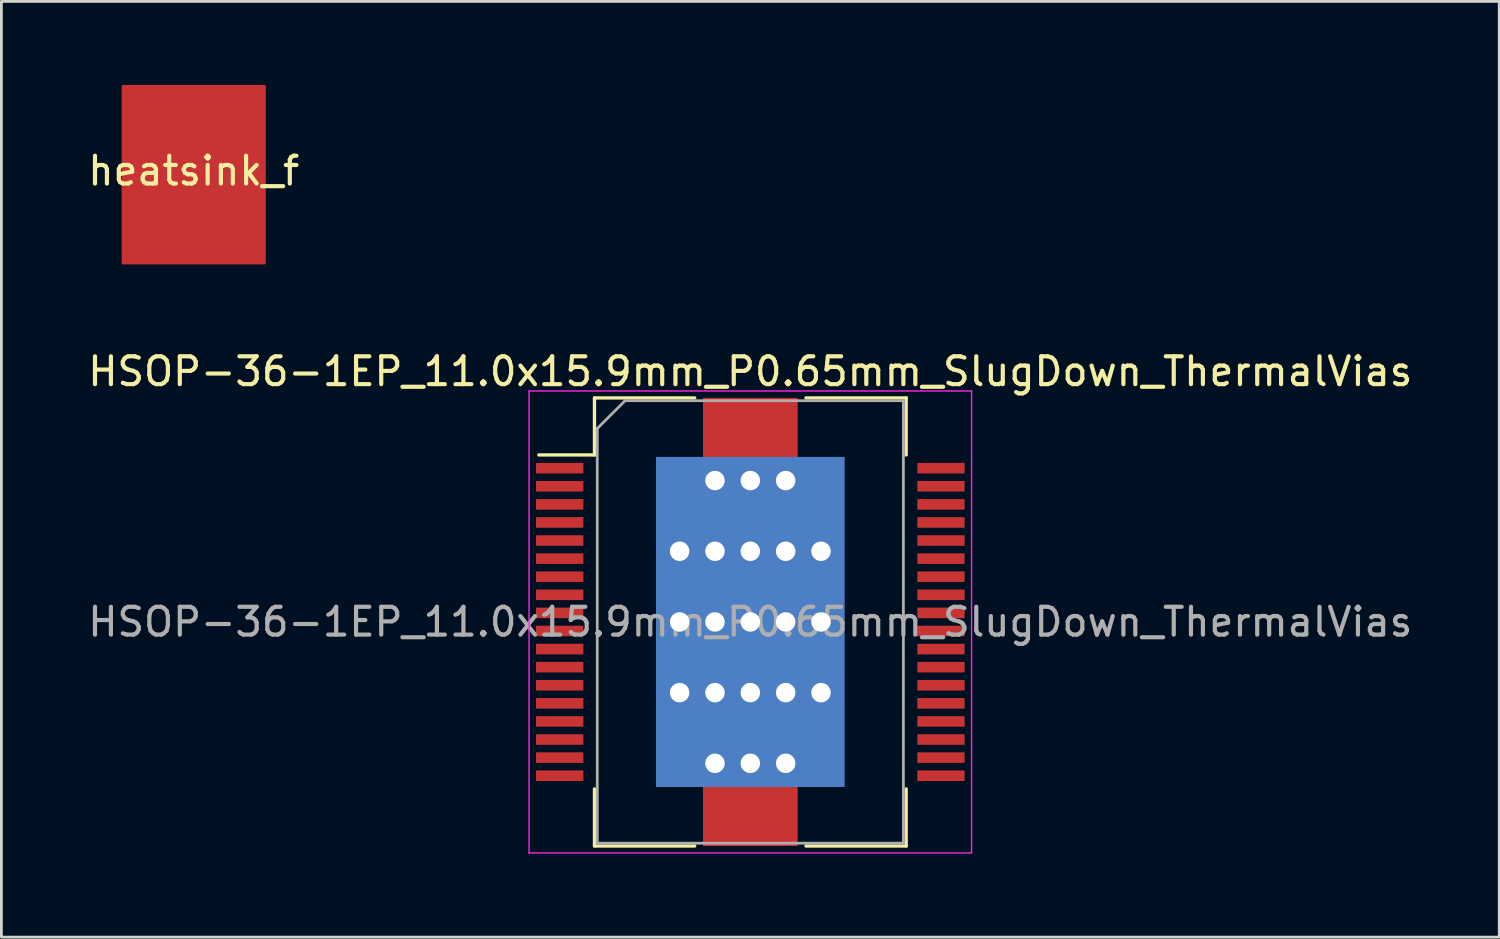
<source format=kicad_pcb>
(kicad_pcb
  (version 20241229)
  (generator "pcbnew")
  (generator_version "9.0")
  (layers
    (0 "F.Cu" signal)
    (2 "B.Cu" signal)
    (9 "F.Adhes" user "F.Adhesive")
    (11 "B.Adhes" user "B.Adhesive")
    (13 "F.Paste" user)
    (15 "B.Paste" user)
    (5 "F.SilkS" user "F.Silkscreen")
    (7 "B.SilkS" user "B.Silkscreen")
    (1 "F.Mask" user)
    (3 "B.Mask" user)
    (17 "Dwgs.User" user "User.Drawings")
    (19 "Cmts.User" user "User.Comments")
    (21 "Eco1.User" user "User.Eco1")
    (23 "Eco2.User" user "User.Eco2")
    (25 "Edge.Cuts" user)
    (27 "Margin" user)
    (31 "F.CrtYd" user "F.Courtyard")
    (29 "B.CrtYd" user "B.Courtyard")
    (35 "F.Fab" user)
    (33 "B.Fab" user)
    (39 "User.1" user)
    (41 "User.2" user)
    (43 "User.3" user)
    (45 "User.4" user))
  (footprint "heatsink_f"
    (layer "F.Cu")
    (at 3.911 2.59)
    (property "Reference" "heatsink_f" (at 0 0.5 0) (layer "F.SilkS") (effects (font (size 1 1) (thickness 0.15))))
    (attr through_hole)
    (fp_poly (pts (xy 2.54 3.81) (xy -2.54 3.81) (xy -2.54 -2.54) (xy 2.54 -2.54)) (stroke (width 0.1) (type solid)) (fill yes) (layer "F.Cu")))
  (footprint "HSOP-36-1EP_11.0x15.9mm_P0.65mm_SlugDown_ThermalVias"
    (layer "F.Cu")
    (at 23.911 19.298)
    (property "Reference" "HSOP-36-1EP_11.0x15.9mm_P0.65mm_SlugDown_ThermalVias" (at 0 -9 0) (layer "F.SilkS") (effects (font (size 1 1) (thickness 0.15))))
    (attr smd)
    (fp_line (start -5.6 -8.05) (end -5.6 -6) (stroke (width 0.12) (type solid)) (layer "F.SilkS"))
    (fp_line (start -5.6 -6) (end -7.6 -6) (stroke (width 0.12) (type solid)) (layer "F.SilkS"))
    (fp_line (start -5.6 8.05) (end -5.6 6) (stroke (width 0.12) (type solid)) (layer "F.SilkS"))
    (fp_line (start -2 -8.05) (end -5.6 -8.05) (stroke (width 0.12) (type solid)) (layer "F.SilkS"))
    (fp_line (start -2 8.05) (end -5.6 8.05) (stroke (width 0.12) (type solid)) (layer "F.SilkS"))
    (fp_line (start 5.6 -8.05) (end 2 -8.05) (stroke (width 0.12) (type solid)) (layer "F.SilkS"))
    (fp_line (start 5.6 -8.05) (end 5.6 -6) (stroke (width 0.12) (type solid)) (layer "F.SilkS"))
    (fp_line (start 5.6 8.05) (end 2 8.05) (stroke (width 0.12) (type solid)) (layer "F.SilkS"))
    (fp_line (start 5.6 8.05) (end 5.6 6) (stroke (width 0.12) (type solid)) (layer "F.SilkS"))
    (fp_line (start -7.95 -8.3) (end -7.95 8.3) (stroke (width 0.05) (type solid)) (layer "F.CrtYd"))
    (fp_line (start -7.95 -8.3) (end 7.95 -8.3) (stroke (width 0.05) (type solid)) (layer "F.CrtYd"))
    (fp_line (start 7.95 8.3) (end -7.95 8.3) (stroke (width 0.05) (type solid)) (layer "F.CrtYd"))
    (fp_line (start 7.95 8.3) (end 7.95 -8.3) (stroke (width 0.05) (type solid)) (layer "F.CrtYd"))
    (fp_line (start -5.5 -6.95) (end -5.5 7.95) (stroke (width 0.1) (type solid)) (layer "F.Fab"))
    (fp_line (start -5.5 7.95) (end 5.5 7.95) (stroke (width 0.1) (type solid)) (layer "F.Fab"))
    (fp_line (start -4.5 -7.95) (end -5.5 -6.95) (stroke (width 0.1) (type solid)) (layer "F.Fab"))
    (fp_line (start 5.5 -7.95) (end -4.5 -7.95) (stroke (width 0.1) (type solid)) (layer "F.Fab"))
    (fp_line (start 5.5 7.95) (end 5.5 -7.95) (stroke (width 0.1) (type solid)) (layer "F.Fab"))
    (fp_text user "${REFERENCE}" (at 0 0 0) (layer "F.Fab") (effects (font (size 1 1) (thickness 0.15))))
    (pad "1" smd rect (at -6.85 -5.525) (size 1.7 0.38) (layers "F.Cu" "F.Mask" "F.Paste"))
    (pad "2" smd rect (at -6.85 -4.875) (size 1.7 0.38) (layers "F.Cu" "F.Mask" "F.Paste"))
    (pad "3" smd rect (at -6.85 -4.225) (size 1.7 0.38) (layers "F.Cu" "F.Mask" "F.Paste"))
    (pad "4" smd rect (at -6.85 -3.575) (size 1.7 0.38) (layers "F.Cu" "F.Mask" "F.Paste"))
    (pad "5" smd rect (at -6.85 -2.925) (size 1.7 0.38) (layers "F.Cu" "F.Mask" "F.Paste"))
    (pad "6" smd rect (at -6.85 -2.275) (size 1.7 0.38) (layers "F.Cu" "F.Mask" "F.Paste"))
    (pad "7" smd rect (at -6.85 -1.625) (size 1.7 0.38) (layers "F.Cu" "F.Mask" "F.Paste"))
    (pad "8" smd rect (at -6.85 -0.975) (size 1.7 0.38) (layers "F.Cu" "F.Mask" "F.Paste"))
    (pad "9" smd rect (at -6.85 -0.325) (size 1.7 0.38) (layers "F.Cu" "F.Mask" "F.Paste"))
    (pad "10" smd rect (at -6.85 0.325) (size 1.7 0.38) (layers "F.Cu" "F.Mask" "F.Paste"))
    (pad "11" smd rect (at -6.85 0.975) (size 1.7 0.38) (layers "F.Cu" "F.Mask" "F.Paste"))
    (pad "12" smd rect (at -6.85 1.625) (size 1.7 0.38) (layers "F.Cu" "F.Mask" "F.Paste"))
    (pad "13" smd rect (at -6.85 2.275) (size 1.7 0.38) (layers "F.Cu" "F.Mask" "F.Paste"))
    (pad "14" smd rect (at -6.85 2.925) (size 1.7 0.38) (layers "F.Cu" "F.Mask" "F.Paste"))
    (pad "15" smd rect (at -6.85 3.575) (size 1.7 0.38) (layers "F.Cu" "F.Mask" "F.Paste"))
    (pad "16" smd rect (at -6.85 4.225) (size 1.7 0.38) (layers "F.Cu" "F.Mask" "F.Paste"))
    (pad "17" smd rect (at -6.85 4.875) (size 1.7 0.38) (layers "F.Cu" "F.Mask" "F.Paste"))
    (pad "18" smd rect (at -6.85 5.525) (size 1.7 0.38) (layers "F.Cu" "F.Mask" "F.Paste"))
    (pad "19" smd rect (at 6.85 5.525) (size 1.7 0.38) (layers "F.Cu" "F.Mask" "F.Paste"))
    (pad "20" smd rect (at 6.85 4.875) (size 1.7 0.38) (layers "F.Cu" "F.Mask" "F.Paste"))
    (pad "21" smd rect (at 6.85 4.225) (size 1.7 0.38) (layers "F.Cu" "F.Mask" "F.Paste"))
    (pad "22" smd rect (at 6.85 3.575) (size 1.7 0.38) (layers "F.Cu" "F.Mask" "F.Paste"))
    (pad "23" smd rect (at 6.85 2.925) (size 1.7 0.38) (layers "F.Cu" "F.Mask" "F.Paste"))
    (pad "24" smd rect (at 6.85 2.275) (size 1.7 0.38) (layers "F.Cu" "F.Mask" "F.Paste"))
    (pad "25" smd rect (at 6.85 1.625) (size 1.7 0.38) (layers "F.Cu" "F.Mask" "F.Paste"))
    (pad "26" smd rect (at 6.85 0.975) (size 1.7 0.38) (layers "F.Cu" "F.Mask" "F.Paste"))
    (pad "27" smd rect (at 6.85 0.325) (size 1.7 0.38) (layers "F.Cu" "F.Mask" "F.Paste"))
    (pad "28" smd rect (at 6.85 -0.325) (size 1.7 0.38) (layers "F.Cu" "F.Mask" "F.Paste"))
    (pad "29" smd rect (at 6.85 -0.975) (size 1.7 0.38) (layers "F.Cu" "F.Mask" "F.Paste"))
    (pad "30" smd rect (at 6.85 -1.625) (size 1.7 0.38) (layers "F.Cu" "F.Mask" "F.Paste"))
    (pad "31" smd rect (at 6.85 -2.275) (size 1.7 0.38) (layers "F.Cu" "F.Mask" "F.Paste"))
    (pad "32" smd rect (at 6.85 -2.925) (size 1.7 0.38) (layers "F.Cu" "F.Mask" "F.Paste"))
    (pad "33" smd rect (at 6.85 -3.575) (size 1.7 0.38) (layers "F.Cu" "F.Mask" "F.Paste"))
    (pad "34" smd rect (at 6.85 -4.225) (size 1.7 0.38) (layers "F.Cu" "F.Mask" "F.Paste"))
    (pad "35" smd rect (at 6.85 -4.875) (size 1.7 0.38) (layers "F.Cu" "F.Mask" "F.Paste"))
    (pad "36" smd rect (at 6.85 -5.525) (size 1.7 0.38) (layers "F.Cu" "F.Mask" "F.Paste"))
    (pad "37" thru_hole circle (at -2.54 -2.54) (size 1 1) (drill 0.7) (layers "*.Cu"))
    (pad "37" thru_hole circle (at -2.54 0) (size 1 1) (drill 0.7) (layers "*.Cu"))
    (pad "37" thru_hole circle (at -2.54 2.54) (size 1 1) (drill 0.7) (layers "*.Cu"))
    (pad "37" thru_hole circle (at -1.27 -5.08) (size 1 1) (drill 0.7) (layers "*.Cu"))
    (pad "37" thru_hole circle (at -1.27 -2.54) (size 1 1) (drill 0.7) (layers "*.Cu"))
    (pad "37" thru_hole circle (at -1.27 0) (size 1 1) (drill 0.7) (layers "*.Cu"))
    (pad "37" thru_hole circle (at -1.27 2.54) (size 1 1) (drill 0.7) (layers "*.Cu"))
    (pad "37" thru_hole circle (at -1.27 5.08) (size 1 1) (drill 0.7) (layers "*.Cu"))
    (pad "37" smd rect (at 0 -6.843) (size 3.4 2.415) (layers "F.Cu" "F.Mask" "F.Paste"))
    (pad "37" thru_hole circle (at 0 -5.08) (size 1 1) (drill 0.7) (layers "*.Cu"))
    (pad "37" thru_hole circle (at 0 -2.54) (size 1 1) (drill 0.7) (layers "*.Cu"))
    (pad "37" thru_hole circle (at 0 0) (size 1 1) (drill 0.7) (layers "*.Cu"))
    (pad "37" smd rect (at 0 0) (size 6.4 11.27) (layers "F.Cu" "F.Mask" "F.Paste"))
    (pad "37" smd rect (at 0 0) (size 6.78 11.86) (layers "B.Cu"))
    (pad "37" thru_hole circle (at 0 2.54) (size 1 1) (drill 0.7) (layers "*.Cu"))
    (pad "37" thru_hole circle (at 0 5.08) (size 1 1) (drill 0.7) (layers "*.Cu"))
    (pad "37" smd rect (at 0 6.843) (size 3.4 2.415) (layers "F.Cu" "F.Mask" "F.Paste"))
    (pad "37" thru_hole circle (at 1.27 -5.08) (size 1 1) (drill 0.7) (layers "*.Cu"))
    (pad "37" thru_hole circle (at 1.27 -2.54) (size 1 1) (drill 0.7) (layers "*.Cu"))
    (pad "37" thru_hole circle (at 1.27 0) (size 1 1) (drill 0.7) (layers "*.Cu"))
    (pad "37" thru_hole circle (at 1.27 2.54) (size 1 1) (drill 0.7) (layers "*.Cu"))
    (pad "37" thru_hole circle (at 1.27 5.08) (size 1 1) (drill 0.7) (layers "*.Cu"))
    (pad "37" thru_hole circle (at 2.54 -2.54) (size 1 1) (drill 0.7) (layers "*.Cu"))
    (pad "37" thru_hole circle (at 2.54 0) (size 1 1) (drill 0.7) (layers "*.Cu"))
    (pad "37" thru_hole circle (at 2.54 2.54) (size 1 1) (drill 0.7) (layers "*.Cu")))
  (gr_rect
    (start -3 -3)
    (end 50.821 30.623)
    (stroke (width 0.1) (type default))
    (fill no)
    (layer "Edge.Cuts")))
</source>
